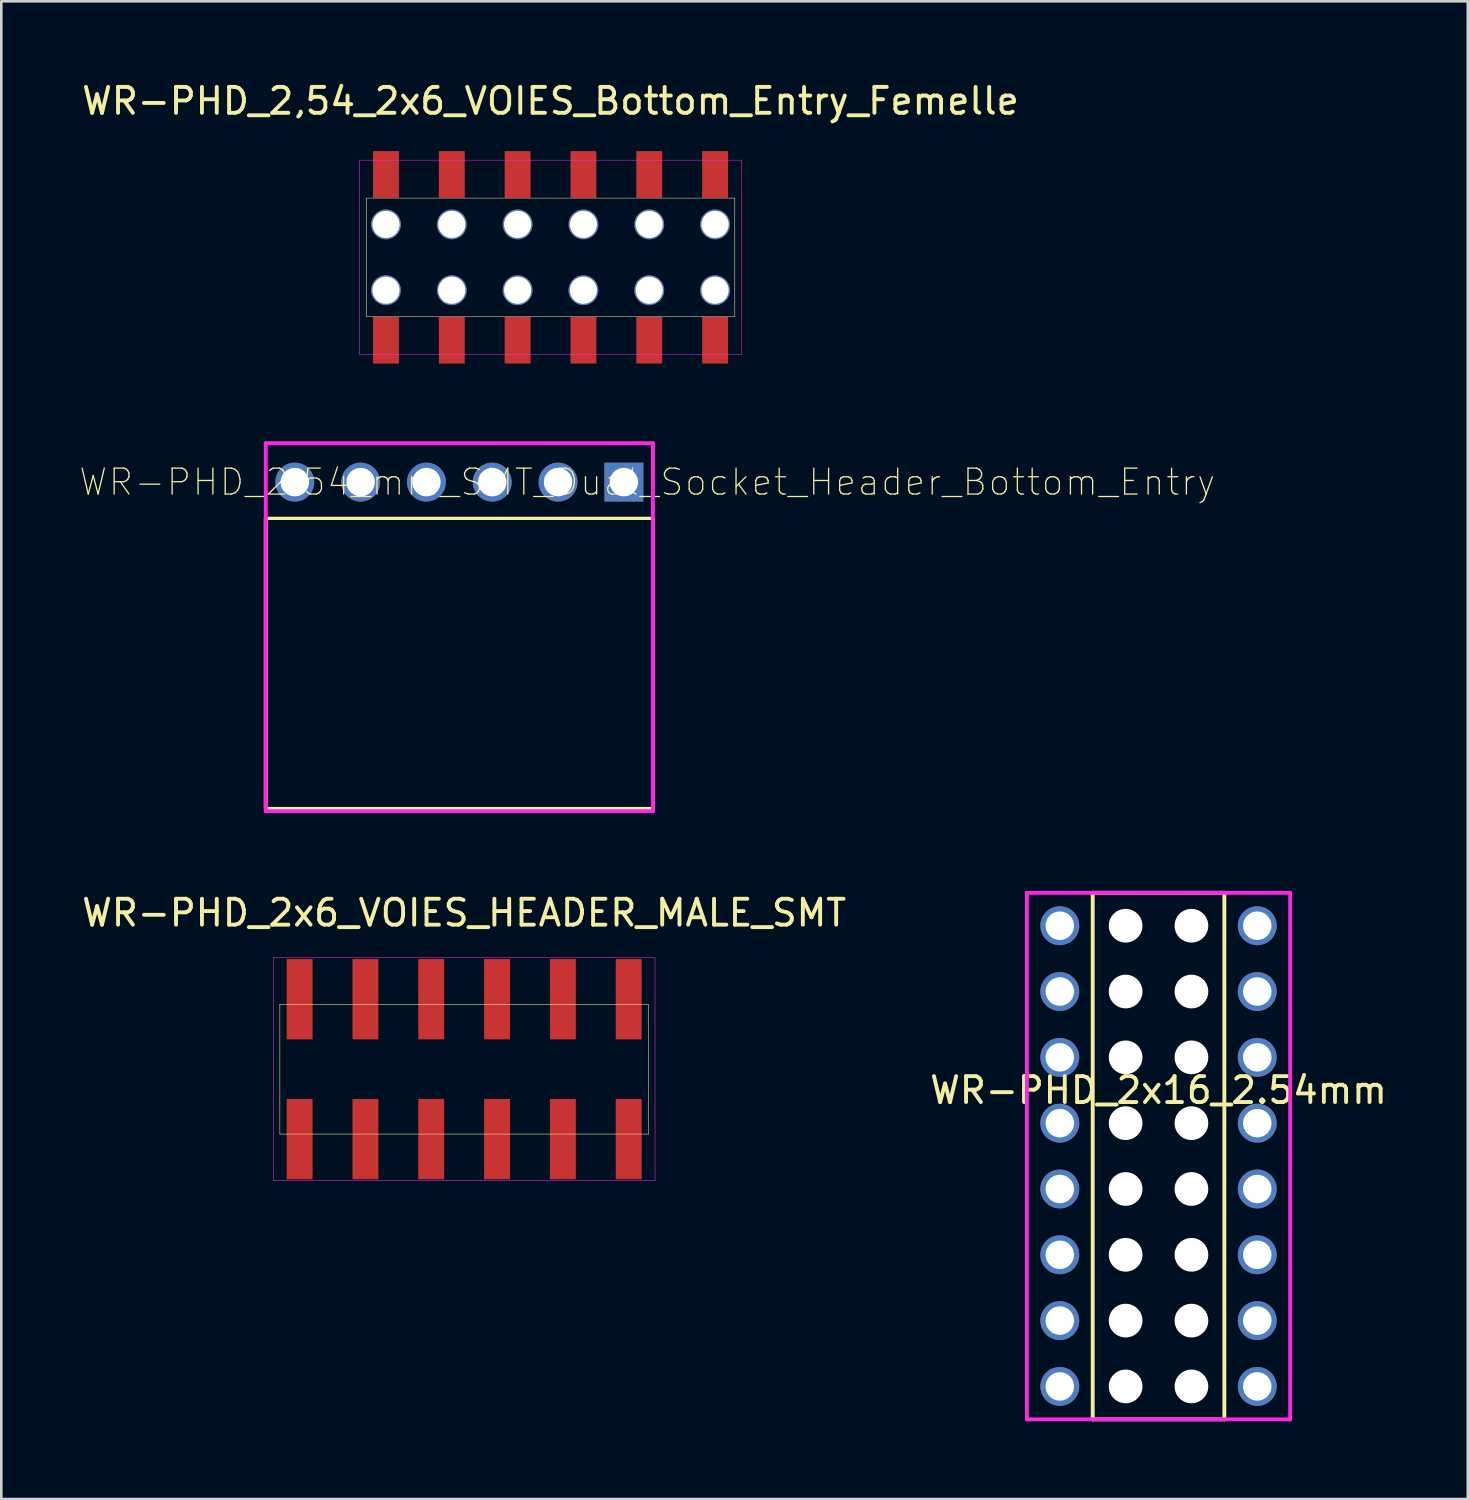
<source format=kicad_pcb>
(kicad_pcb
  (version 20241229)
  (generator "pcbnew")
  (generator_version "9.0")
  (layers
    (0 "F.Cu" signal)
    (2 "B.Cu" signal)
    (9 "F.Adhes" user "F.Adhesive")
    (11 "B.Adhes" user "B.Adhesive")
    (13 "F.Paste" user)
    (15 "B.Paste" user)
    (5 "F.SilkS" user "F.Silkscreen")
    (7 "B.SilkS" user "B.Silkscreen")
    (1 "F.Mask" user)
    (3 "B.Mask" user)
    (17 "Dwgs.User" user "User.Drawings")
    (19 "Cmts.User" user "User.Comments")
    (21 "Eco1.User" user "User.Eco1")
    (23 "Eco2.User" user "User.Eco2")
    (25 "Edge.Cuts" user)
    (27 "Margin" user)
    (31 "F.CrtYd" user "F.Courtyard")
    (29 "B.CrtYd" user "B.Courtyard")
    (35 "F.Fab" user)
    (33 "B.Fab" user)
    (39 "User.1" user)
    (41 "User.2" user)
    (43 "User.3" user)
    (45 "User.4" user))
  (footprint "WR-PHD_2x16_2.54mm"
    (layer "F.Cu")
    (at 41.661 41.566)
    (property "Reference" "WR-PHD_2x16_2.54mm" (at 0 -2.54 0) (layer "F.SilkS") (effects (font (size 1 1) (thickness 0.15))))
    (attr through_hole)
    (fp_line (start -2.54 -10.16) (end 2.54 -10.16) (stroke (width 0.15) (type solid)) (layer "F.SilkS"))
    (fp_line (start -2.54 10.16) (end -2.54 -10.16) (stroke (width 0.15) (type solid)) (layer "F.SilkS"))
    (fp_line (start 2.54 -10.16) (end 2.54 10.16) (stroke (width 0.15) (type solid)) (layer "F.SilkS"))
    (fp_line (start 2.54 10.16) (end -2.54 10.16) (stroke (width 0.15) (type solid)) (layer "F.SilkS"))
    (fp_line (start -5.08 -10.16) (end 5.08 -10.16) (stroke (width 0.15) (type solid)) (layer "F.CrtYd"))
    (fp_line (start -5.08 10.16) (end -5.08 -10.16) (stroke (width 0.15) (type solid)) (layer "F.CrtYd"))
    (fp_line (start 5.08 -10.16) (end 5.08 10.16) (stroke (width 0.15) (type solid)) (layer "F.CrtYd"))
    (fp_line (start 5.08 10.16) (end -5.08 10.16) (stroke (width 0.15) (type solid)) (layer "F.CrtYd"))
    (pad "" np_thru_hole circle (at -1.27 -8.89) (size 1.3 1.3) (drill 1.3) (layers "*.Cu" "*.Mask"))
    (pad "" np_thru_hole circle (at -1.27 -6.35) (size 1.3 1.3) (drill 1.3) (layers "*.Cu" "*.Mask"))
    (pad "" np_thru_hole circle (at -1.27 -3.81) (size 1.3 1.3) (drill 1.3) (layers "*.Cu" "*.Mask"))
    (pad "" np_thru_hole circle (at -1.27 -1.27) (size 1.3 1.3) (drill 1.3) (layers "*.Cu" "*.Mask"))
    (pad "" np_thru_hole circle (at -1.27 1.27) (size 1.3 1.3) (drill 1.3) (layers "*.Cu" "*.Mask"))
    (pad "" np_thru_hole circle (at -1.27 3.81) (size 1.3 1.3) (drill 1.3) (layers "*.Cu" "*.Mask"))
    (pad "" np_thru_hole circle (at -1.27 6.35) (size 1.3 1.3) (drill 1.3) (layers "*.Cu" "*.Mask"))
    (pad "" np_thru_hole circle (at -1.27 8.89) (size 1.3 1.3) (drill 1.3) (layers "*.Cu" "*.Mask"))
    (pad "" np_thru_hole circle (at 1.27 -8.89) (size 1.3 1.3) (drill 1.3) (layers "*.Cu" "*.Mask"))
    (pad "" np_thru_hole circle (at 1.27 -6.35) (size 1.3 1.3) (drill 1.3) (layers "*.Cu" "*.Mask"))
    (pad "" np_thru_hole circle (at 1.27 -3.81) (size 1.3 1.3) (drill 1.3) (layers "*.Cu" "*.Mask"))
    (pad "" np_thru_hole circle (at 1.27 -1.27) (size 1.3 1.3) (drill 1.3) (layers "*.Cu" "*.Mask"))
    (pad "" np_thru_hole circle (at 1.27 1.27) (size 1.3 1.3) (drill 1.3) (layers "*.Cu" "*.Mask"))
    (pad "" np_thru_hole circle (at 1.27 3.81) (size 1.3 1.3) (drill 1.3) (layers "*.Cu" "*.Mask"))
    (pad "" np_thru_hole circle (at 1.27 6.35) (size 1.3 1.3) (drill 1.3) (layers "*.Cu" "*.Mask"))
    (pad "" np_thru_hole circle (at 1.27 8.89) (size 1.3 1.3) (drill 1.3) (layers "*.Cu" "*.Mask"))
    (pad "1" thru_hole circle (at -3.81 -8.89) (size 1.5 1.5) (drill 1.1) (layers "*.Cu" "*.Mask"))
    (pad "2" thru_hole circle (at 3.81 -8.89) (size 1.5 1.5) (drill 1.1) (layers "*.Cu" "*.Mask"))
    (pad "3" thru_hole circle (at -3.81 -6.35) (size 1.5 1.5) (drill 1.1) (layers "*.Cu" "*.Mask"))
    (pad "4" thru_hole circle (at 3.81 -6.35) (size 1.5 1.5) (drill 1.1) (layers "*.Cu" "*.Mask"))
    (pad "5" thru_hole circle (at -3.81 -3.81) (size 1.5 1.5) (drill 1.1) (layers "*.Cu" "*.Mask"))
    (pad "6" thru_hole circle (at 3.81 -3.81) (size 1.5 1.5) (drill 1.1) (layers "*.Cu" "*.Mask"))
    (pad "7" thru_hole circle (at -3.81 -1.27) (size 1.5 1.5) (drill 1.1) (layers "*.Cu" "*.Mask"))
    (pad "8" thru_hole circle (at 3.81 -1.27) (size 1.5 1.5) (drill 1.1) (layers "*.Cu" "*.Mask"))
    (pad "9" thru_hole circle (at -3.81 1.27) (size 1.5 1.5) (drill 1.1) (layers "*.Cu" "*.Mask"))
    (pad "10" thru_hole circle (at 3.81 1.27) (size 1.5 1.5) (drill 1.1) (layers "*.Cu" "*.Mask"))
    (pad "11" thru_hole circle (at -3.81 3.81) (size 1.5 1.5) (drill 1.1) (layers "*.Cu" "*.Mask"))
    (pad "12" thru_hole circle (at 3.81 3.81) (size 1.5 1.5) (drill 1.1) (layers "*.Cu" "*.Mask"))
    (pad "13" thru_hole circle (at -3.81 6.35) (size 1.5 1.5) (drill 1.1) (layers "*.Cu" "*.Mask"))
    (pad "14" thru_hole circle (at 3.81 6.35) (size 1.5 1.5) (drill 1.1) (layers "*.Cu" "*.Mask"))
    (pad "15" thru_hole circle (at -3.81 8.89) (size 1.5 1.5) (drill 1.1) (layers "*.Cu" "*.Mask"))
    (pad "16" thru_hole circle (at 3.81 8.89) (size 1.5 1.5) (drill 1.1) (layers "*.Cu" "*.Mask")))
  (footprint "WR-PHD_2,54_2x6_VOIES_Bottom_Entry_Femelle"
    (layer "F.Cu")
    (at 18.196 6.881)
    (property "Reference" "WR-PHD_2,54_2x6_VOIES_Bottom_Entry_Femelle" (at 0 -6.032 0) (layer "F.SilkS") (effects (font (size 1 1) (thickness 0.15))))
    (attr smd)
    (fp_line (start -7.112 -2.286) (end -7.112 2.286) (stroke (width 0.02) (type solid)) (layer "F.SilkS"))
    (fp_line (start -7.112 2.286) (end 7.112 2.286) (stroke (width 0.02) (type solid)) (layer "F.SilkS"))
    (fp_line (start 7.112 -2.286) (end -7.122 -2.286) (stroke (width 0.02) (type solid)) (layer "F.SilkS"))
    (fp_line (start 7.112 2.286) (end 7.112 -2.286) (stroke (width 0.02) (type solid)) (layer "F.SilkS"))
    (fp_line (start -7.366 -3.75) (end -7.366 3.75) (stroke (width 0.02) (type solid)) (layer "F.CrtYd"))
    (fp_line (start -7.366 3.75) (end 7.366 3.75) (stroke (width 0.02) (type solid)) (layer "F.CrtYd"))
    (fp_line (start 7.366 -3.75) (end -7.366 -3.75) (stroke (width 0.02) (type solid)) (layer "F.CrtYd"))
    (fp_line (start 7.366 -3.75) (end 7.366 3.75) (stroke (width 0.02) (type solid)) (layer "F.CrtYd"))
    (pad "" np_thru_hole circle (at -6.35 -1.27) (size 1.15 1.15) (drill 1.05) (layers "*.Cu" "*.Mask"))
    (pad "" np_thru_hole circle (at -6.35 1.27) (size 1.15 1.15) (drill 1.05) (layers "*.Cu" "*.Mask"))
    (pad "" np_thru_hole circle (at -3.81 -1.27) (size 1.15 1.15) (drill 1.05) (layers "*.Cu" "*.Mask"))
    (pad "" np_thru_hole circle (at -3.81 1.27) (size 1.15 1.15) (drill 1.05) (layers "*.Cu" "*.Mask"))
    (pad "" np_thru_hole circle (at -1.27 -1.27) (size 1.15 1.15) (drill 1.05) (layers "*.Cu" "*.Mask"))
    (pad "" np_thru_hole circle (at -1.27 1.27) (size 1.15 1.15) (drill 1.05) (layers "*.Cu" "*.Mask"))
    (pad "" np_thru_hole circle (at 1.27 -1.27) (size 1.15 1.15) (drill 1.05) (layers "*.Cu" "*.Mask"))
    (pad "" np_thru_hole circle (at 1.27 1.27) (size 1.15 1.15) (drill 1.05) (layers "*.Cu" "*.Mask"))
    (pad "" np_thru_hole circle (at 3.81 -1.27) (size 1.15 1.15) (drill 1.05) (layers "*.Cu" "*.Mask"))
    (pad "" np_thru_hole circle (at 3.81 1.27) (size 1.15 1.15) (drill 1.05) (layers "*.Cu" "*.Mask"))
    (pad "" np_thru_hole circle (at 6.35 -1.27) (size 1.15 1.15) (drill 1.05) (layers "*.Cu" "*.Mask"))
    (pad "" np_thru_hole circle (at 6.35 1.27) (size 1.15 1.15) (drill 1.05) (layers "*.Cu" "*.Mask"))
    (pad "1" smd rect (at -6.35 3.2) (size 1 1.8) (layers "F.Cu" "F.Mask" "F.Paste"))
    (pad "2" smd rect (at -6.35 -3.2) (size 1 1.8) (layers "F.Cu" "F.Mask" "F.Paste"))
    (pad "3" smd rect (at -3.81 3.2) (size 1 1.8) (layers "F.Cu" "F.Mask" "F.Paste"))
    (pad "4" smd rect (at -3.81 -3.2) (size 1 1.8) (layers "F.Cu" "F.Mask" "F.Paste"))
    (pad "5" smd rect (at -1.27 3.2) (size 1 1.8) (layers "F.Cu" "F.Mask" "F.Paste"))
    (pad "6" smd rect (at -1.27 -3.2) (size 1 1.8) (layers "F.Cu" "F.Mask" "F.Paste"))
    (pad "7" smd rect (at 1.27 3.2) (size 1 1.8) (layers "F.Cu" "F.Mask" "F.Paste"))
    (pad "8" smd rect (at 1.27 -3.2) (size 1 1.8) (layers "F.Cu" "F.Mask" "F.Paste"))
    (pad "9" smd rect (at 3.81 3.2) (size 1 1.8) (layers "F.Cu" "F.Mask" "F.Paste"))
    (pad "10" smd rect (at 3.81 -3.2) (size 1 1.8) (layers "F.Cu" "F.Mask" "F.Paste"))
    (pad "11" smd rect (at 6.35 3.2) (size 1 1.8) (layers "F.Cu" "F.Mask" "F.Paste"))
    (pad "12" smd rect (at 6.35 -3.2) (size 1 1.8) (layers "F.Cu" "F.Mask" "F.Paste")))
  (footprint "WR-PHD_2.54_mm_SMT_Dual_Socket_Header_Bottom_Entry"
    (layer "F.Cu")
    (at 14.677 15.556)
    (property "Reference" "WR-PHD_2.54_mm_SMT_Dual_Socket_Header_Bottom_Entry" (at 7.25 0 0) (layer "F.SilkS") (effects (font (size 1 1) (thickness 0.05))))
    (attr through_hole)
    (fp_line (start -7.47 1.4) (end -7.47 12.6) (stroke (width 0.15) (type solid)) (layer "F.SilkS"))
    (fp_line (start -7.47 1.4) (end 7.47 1.4) (stroke (width 0.127) (type solid)) (layer "F.SilkS"))
    (fp_line (start 7.47 1.4) (end 7.47 12.6) (stroke (width 0.15) (type solid)) (layer "F.SilkS"))
    (fp_line (start 7.47 12.6) (end -7.47 12.6) (stroke (width 0.127) (type solid)) (layer "F.SilkS"))
    (fp_line (start -7.47 12.7) (end -7.47 -1.5) (stroke (width 0.15) (type solid)) (layer "F.CrtYd"))
    (fp_line (start 7.47 -1.5) (end -7.47 -1.5) (stroke (width 0.15) (type solid)) (layer "F.CrtYd"))
    (fp_line (start 7.47 -1.5) (end 7.47 12.7) (stroke (width 0.15) (type solid)) (layer "F.CrtYd"))
    (fp_line (start 7.47 12.7) (end -7.47 12.7) (stroke (width 0.15) (type solid)) (layer "F.CrtYd"))
    (pad "1" thru_hole rect (at 6.35 0) (size 1.5 1.5) (drill 1.1) (layers "*.Cu" "*.Mask"))
    (pad "2" thru_hole circle (at 3.81 0) (size 1.5 1.5) (drill 1.1) (layers "*.Cu" "*.Mask"))
    (pad "3" thru_hole circle (at 1.27 0) (size 1.5 1.5) (drill 1.1) (layers "*.Cu" "*.Mask"))
    (pad "4" thru_hole circle (at -1.27 0) (size 1.5 1.5) (drill 1.1) (layers "*.Cu" "*.Mask"))
    (pad "5" thru_hole circle (at -3.81 0) (size 1.5 1.5) (drill 1.1) (layers "*.Cu" "*.Mask"))
    (pad "6" thru_hole circle (at -6.35 0) (size 1.5 1.5) (drill 1.1) (layers "*.Cu" "*.Mask")))
  (footprint "WR-PHD_2x6_VOIES_HEADER_MALE_SMT"
    (layer "F.Cu")
    (at 14.863 38.212)
    (property "Reference" "WR-PHD_2x6_VOIES_HEADER_MALE_SMT" (at 0 -6.032 0) (layer "F.SilkS") (effects (font (size 1 1) (thickness 0.15))))
    (attr smd)
    (fp_line (start -7.112 -2.504) (end -7.112 2.504) (stroke (width 0.02) (type solid)) (layer "F.SilkS"))
    (fp_line (start -7.112 2.504) (end 7.112 2.504) (stroke (width 0.02) (type solid)) (layer "F.SilkS"))
    (fp_line (start 7.112 -2.504) (end -7.122 -2.504) (stroke (width 0.02) (type solid)) (layer "F.SilkS"))
    (fp_line (start 7.112 2.504) (end 7.112 -2.504) (stroke (width 0.02) (type solid)) (layer "F.SilkS"))
    (fp_line (start -7.366 -4.3) (end -7.366 4.3) (stroke (width 0.02) (type solid)) (layer "F.CrtYd"))
    (fp_line (start -7.366 4.3) (end 7.366 4.3) (stroke (width 0.02) (type solid)) (layer "F.CrtYd"))
    (fp_line (start 7.366 -4.3) (end -7.366 -4.3) (stroke (width 0.02) (type solid)) (layer "F.CrtYd"))
    (fp_line (start 7.366 -4.3) (end 7.366 4.3) (stroke (width 0.02) (type solid)) (layer "F.CrtYd"))
    (pad "1" smd rect (at -6.35 2.7) (size 1 3.1) (layers "F.Cu" "F.Mask" "F.Paste"))
    (pad "2" smd rect (at -6.35 -2.7) (size 1 3.1) (layers "F.Cu" "F.Mask" "F.Paste"))
    (pad "3" smd rect (at -3.81 2.7) (size 1 3.1) (layers "F.Cu" "F.Mask" "F.Paste"))
    (pad "4" smd rect (at -3.81 -2.7) (size 1 3.1) (layers "F.Cu" "F.Mask" "F.Paste"))
    (pad "5" smd rect (at -1.27 2.7) (size 1 3.1) (layers "F.Cu" "F.Mask" "F.Paste"))
    (pad "6" smd rect (at -1.27 -2.7) (size 1 3.1) (layers "F.Cu" "F.Mask" "F.Paste"))
    (pad "7" smd rect (at 1.27 2.7) (size 1 3.1) (layers "F.Cu" "F.Mask" "F.Paste"))
    (pad "8" smd rect (at 1.27 -2.7) (size 1 3.1) (layers "F.Cu" "F.Mask" "F.Paste"))
    (pad "9" smd rect (at 3.81 2.7) (size 1 3.1) (layers "F.Cu" "F.Mask" "F.Paste"))
    (pad "10" smd rect (at 3.81 -2.7) (size 1 3.1) (layers "F.Cu" "F.Mask" "F.Paste"))
    (pad "11" smd rect (at 6.35 2.7) (size 1 3.1) (layers "F.Cu" "F.Mask" "F.Paste"))
    (pad "12" smd rect (at 6.35 -2.7) (size 1 3.1) (layers "F.Cu" "F.Mask" "F.Paste")))
  (gr_rect
    (start -3 -3)
    (end 53.595 54.801)
    (stroke (width 0.1) (type default))
    (fill no)
    (layer "Edge.Cuts")))
</source>
